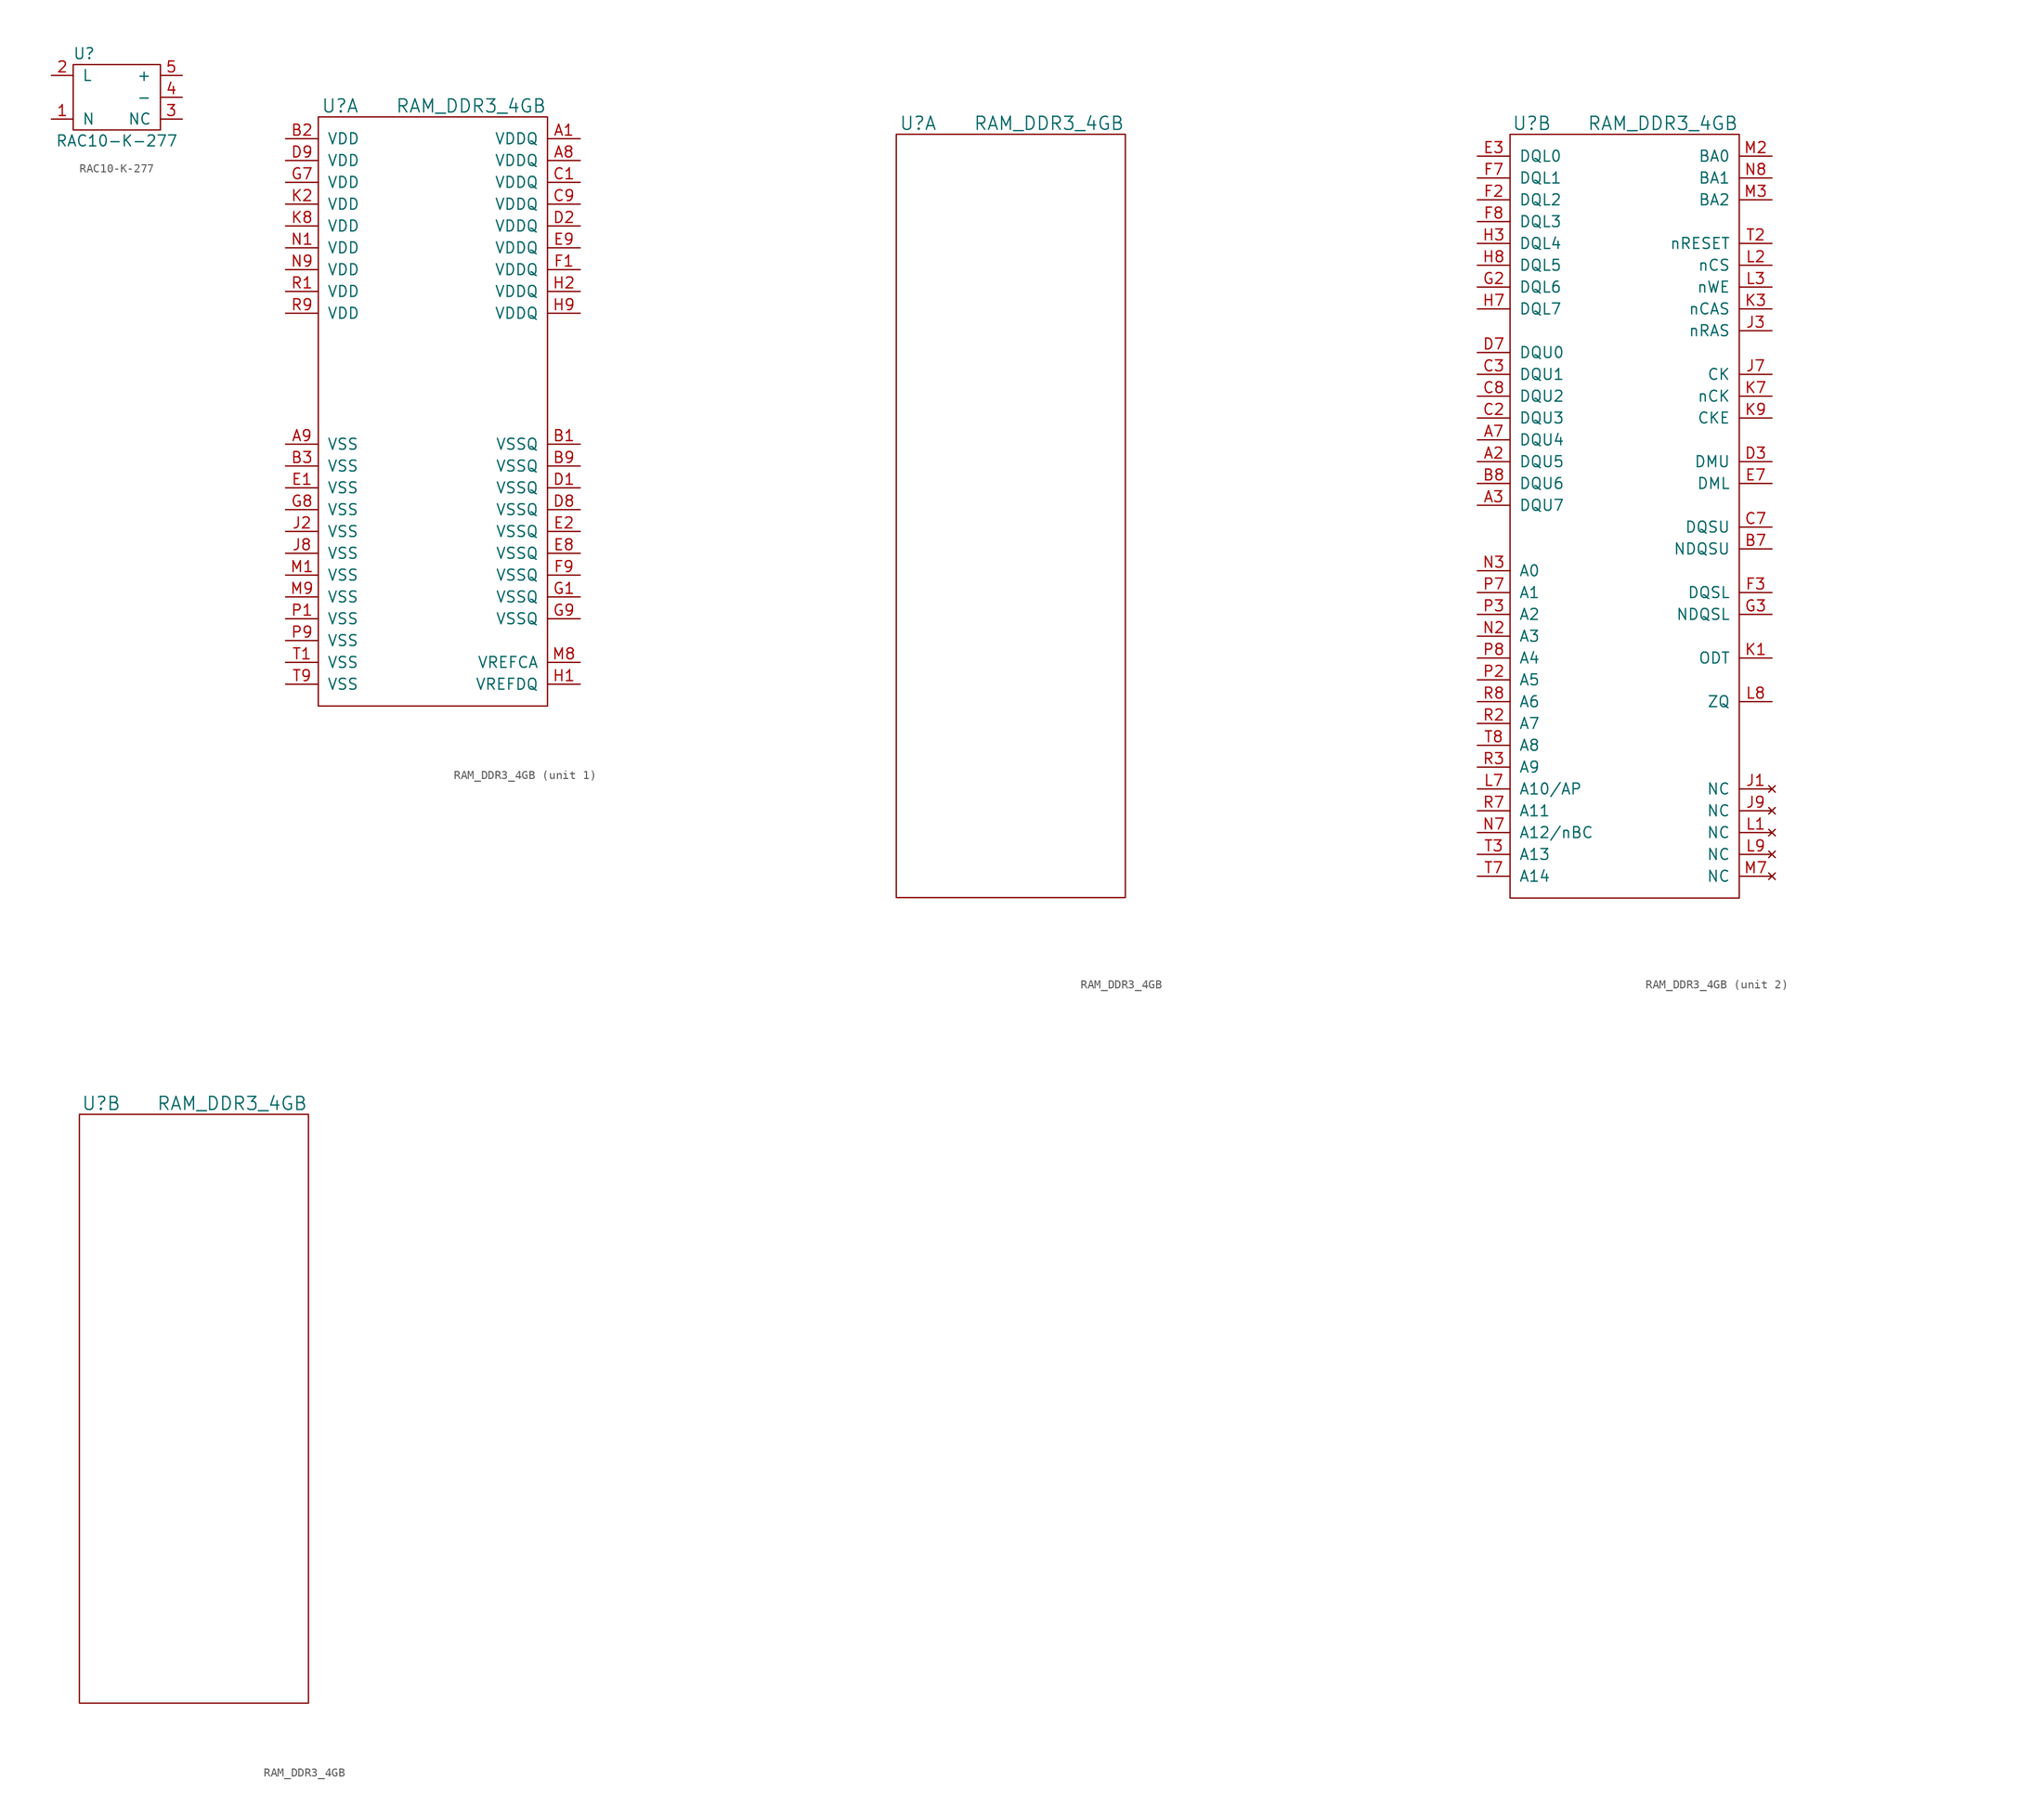
<source format=kicad_sym>
(kicad_symbol_lib
  (version 20211014)
  (generator kicad_symbol_editor)
  (symbol "RAC10-K-277"
    (pin_names
      (offset 1.016))
    (property "Reference" "U"
      (at -3.81 5.08 0)
      (effects (font (size 1.27 1.27))))
    (property "Value" "RAC10-K-277"
      (at 0 -5.08 0)
      (effects (font (size 1.27 1.27))))
    (symbol "RAC10-K-277_0_1"
      (rectangle (start -5.08 3.81) (end 5.08 -3.81) (stroke (width 0) (type default) (color 0 0 0 0)) (fill (type none))))
    (symbol "RAC10-K-277_1_1"
      (pin passive line (at -7.62 -2.54 0) (length 2.54) (name "N" (effects (font (size 1.27 1.27)))) (number "1" (effects (font (size 1.27 1.27)))))
      (pin passive line (at -7.62 2.54 0) (length 2.54) (name "L" (effects (font (size 1.27 1.27)))) (number "2" (effects (font (size 1.27 1.27)))))
      (pin passive line (at 7.62 -2.54 180) (length 2.54) (name "NC" (effects (font (size 1.27 1.27)))) (number "3" (effects (font (size 1.27 1.27)))))
      (pin passive line (at 7.62 0 180) (length 2.54) (name "-" (effects (font (size 1.27 1.27)))) (number "4" (effects (font (size 1.27 1.27)))))
      (pin passive line (at 7.62 2.54 180) (length 2.54) (name "+" (effects (font (size 1.27 1.27)))) (number "5" (effects (font (size 1.27 1.27)))))))
  (symbol "RAM_DDR3_4GB"
    (pin_names
      (offset 1.016))
    (property "Reference" "U"
      (at -11.43 1.27 0)
      (effects (font (size 1.524 1.524))))
    (property "Value" "RAM_DDR3_4GB"
      (at 3.81 1.27 0)
      (effects (font (size 1.524 1.524))))
    (property "Footprint" ""
      (at 38.1 -8.89 0)
      (effects (font (size 1.524 1.524))))
    (property "Datasheet" ""
      (at 38.1 -8.89 0)
      (effects (font (size 1.524 1.524))))
    (symbol "RAM_DDR3_4GB_1_1"
      (rectangle (start -13.97 0) (end 12.7 -68.58) (stroke (width 0) (type default) (color 0 0 0 0)) (fill (type none)))
      (pin power_in line (at 16.51 -2.54 180) (length 3.81) (name "VDDQ" (effects (font (size 1.27 1.27)))) (number "A1" (effects (font (size 1.27 1.27)))))
      (pin power_in line (at 16.51 -5.08 180) (length 3.81) (name "VDDQ" (effects (font (size 1.27 1.27)))) (number "A8" (effects (font (size 1.27 1.27)))))
      (pin passive line (at -17.78 -38.1 0) (length 3.81) (name "VSS" (effects (font (size 1.27 1.27)))) (number "A9" (effects (font (size 1.27 1.27)))))
      (pin passive line (at 16.51 -38.1 180) (length 3.81) (name "VSSQ" (effects (font (size 1.27 1.27)))) (number "B1" (effects (font (size 1.27 1.27)))))
      (pin power_in line (at -17.78 -2.54 0) (length 3.81) (name "VDD" (effects (font (size 1.27 1.27)))) (number "B2" (effects (font (size 1.27 1.27)))))
      (pin passive line (at -17.78 -40.64 0) (length 3.81) (name "VSS" (effects (font (size 1.27 1.27)))) (number "B3" (effects (font (size 1.27 1.27)))))
      (pin passive line (at 16.51 -40.64 180) (length 3.81) (name "VSSQ" (effects (font (size 1.27 1.27)))) (number "B9" (effects (font (size 1.27 1.27)))))
      (pin power_in line (at 16.51 -7.62 180) (length 3.81) (name "VDDQ" (effects (font (size 1.27 1.27)))) (number "C1" (effects (font (size 1.27 1.27)))))
      (pin power_in line (at 16.51 -10.16 180) (length 3.81) (name "VDDQ" (effects (font (size 1.27 1.27)))) (number "C9" (effects (font (size 1.27 1.27)))))
      (pin passive line (at 16.51 -43.18 180) (length 3.81) (name "VSSQ" (effects (font (size 1.27 1.27)))) (number "D1" (effects (font (size 1.27 1.27)))))
      (pin power_in line (at 16.51 -12.7 180) (length 3.81) (name "VDDQ" (effects (font (size 1.27 1.27)))) (number "D2" (effects (font (size 1.27 1.27)))))
      (pin passive line (at 16.51 -45.72 180) (length 3.81) (name "VSSQ" (effects (font (size 1.27 1.27)))) (number "D8" (effects (font (size 1.27 1.27)))))
      (pin power_in line (at -17.78 -5.08 0) (length 3.81) (name "VDD" (effects (font (size 1.27 1.27)))) (number "D9" (effects (font (size 1.27 1.27)))))
      (pin passive line (at -17.78 -43.18 0) (length 3.81) (name "VSS" (effects (font (size 1.27 1.27)))) (number "E1" (effects (font (size 1.27 1.27)))))
      (pin passive line (at 16.51 -48.26 180) (length 3.81) (name "VSSQ" (effects (font (size 1.27 1.27)))) (number "E2" (effects (font (size 1.27 1.27)))))
      (pin power_out line (at 16.51 -50.8 180) (length 3.81) (name "VSSQ" (effects (font (size 1.27 1.27)))) (number "E8" (effects (font (size 1.27 1.27)))))
      (pin power_in line (at 16.51 -15.24 180) (length 3.81) (name "VDDQ" (effects (font (size 1.27 1.27)))) (number "E9" (effects (font (size 1.27 1.27)))))
      (pin power_in line (at 16.51 -17.78 180) (length 3.81) (name "VDDQ" (effects (font (size 1.27 1.27)))) (number "F1" (effects (font (size 1.27 1.27)))))
      (pin passive line (at 16.51 -53.34 180) (length 3.81) (name "VSSQ" (effects (font (size 1.27 1.27)))) (number "F9" (effects (font (size 1.27 1.27)))))
      (pin passive line (at 16.51 -55.88 180) (length 3.81) (name "VSSQ" (effects (font (size 1.27 1.27)))) (number "G1" (effects (font (size 1.27 1.27)))))
      (pin power_in line (at -17.78 -7.62 0) (length 3.81) (name "VDD" (effects (font (size 1.27 1.27)))) (number "G7" (effects (font (size 1.27 1.27)))))
      (pin passive line (at -17.78 -45.72 0) (length 3.81) (name "VSS" (effects (font (size 1.27 1.27)))) (number "G8" (effects (font (size 1.27 1.27)))))
      (pin passive line (at 16.51 -58.42 180) (length 3.81) (name "VSSQ" (effects (font (size 1.27 1.27)))) (number "G9" (effects (font (size 1.27 1.27)))))
      (pin passive line (at 16.51 -66.04 180) (length 3.81) (name "VREFDQ" (effects (font (size 1.27 1.27)))) (number "H1" (effects (font (size 1.27 1.27)))))
      (pin power_in line (at 16.51 -20.32 180) (length 3.81) (name "VDDQ" (effects (font (size 1.27 1.27)))) (number "H2" (effects (font (size 1.27 1.27)))))
      (pin power_in line (at 16.51 -22.86 180) (length 3.81) (name "VDDQ" (effects (font (size 1.27 1.27)))) (number "H9" (effects (font (size 1.27 1.27)))))
      (pin passive line (at -17.78 -48.26 0) (length 3.81) (name "VSS" (effects (font (size 1.27 1.27)))) (number "J2" (effects (font (size 1.27 1.27)))))
      (pin passive line (at -17.78 -50.8 0) (length 3.81) (name "VSS" (effects (font (size 1.27 1.27)))) (number "J8" (effects (font (size 1.27 1.27)))))
      (pin power_in line (at -17.78 -10.16 0) (length 3.81) (name "VDD" (effects (font (size 1.27 1.27)))) (number "K2" (effects (font (size 1.27 1.27)))))
      (pin power_in line (at -17.78 -12.7 0) (length 3.81) (name "VDD" (effects (font (size 1.27 1.27)))) (number "K8" (effects (font (size 1.27 1.27)))))
      (pin passive line (at -17.78 -53.34 0) (length 3.81) (name "VSS" (effects (font (size 1.27 1.27)))) (number "M1" (effects (font (size 1.27 1.27)))))
      (pin passive line (at 16.51 -63.5 180) (length 3.81) (name "VREFCA" (effects (font (size 1.27 1.27)))) (number "M8" (effects (font (size 1.27 1.27)))))
      (pin passive line (at -17.78 -55.88 0) (length 3.81) (name "VSS" (effects (font (size 1.27 1.27)))) (number "M9" (effects (font (size 1.27 1.27)))))
      (pin power_in line (at -17.78 -15.24 0) (length 3.81) (name "VDD" (effects (font (size 1.27 1.27)))) (number "N1" (effects (font (size 1.27 1.27)))))
      (pin power_in line (at -17.78 -17.78 0) (length 3.81) (name "VDD" (effects (font (size 1.27 1.27)))) (number "N9" (effects (font (size 1.27 1.27)))))
      (pin passive line (at -17.78 -58.42 0) (length 3.81) (name "VSS" (effects (font (size 1.27 1.27)))) (number "P1" (effects (font (size 1.27 1.27)))))
      (pin passive line (at -17.78 -60.96 0) (length 3.81) (name "VSS" (effects (font (size 1.27 1.27)))) (number "P9" (effects (font (size 1.27 1.27)))))
      (pin power_in line (at -17.78 -20.32 0) (length 3.81) (name "VDD" (effects (font (size 1.27 1.27)))) (number "R1" (effects (font (size 1.27 1.27)))))
      (pin power_in line (at -17.78 -22.86 0) (length 3.81) (name "VDD" (effects (font (size 1.27 1.27)))) (number "R9" (effects (font (size 1.27 1.27)))))
      (pin passive line (at -17.78 -63.5 0) (length 3.81) (name "VSS" (effects (font (size 1.27 1.27)))) (number "T1" (effects (font (size 1.27 1.27)))))
      (pin passive line (at -17.78 -66.04 0) (length 3.81) (name "VSS" (effects (font (size 1.27 1.27)))) (number "T9" (effects (font (size 1.27 1.27))))))
    (symbol "RAM_DDR3_4GB_1_2"
      (rectangle (start -13.97 0) (end 12.7 -88.9) (stroke (width 0) (type default) (color 0 0 0 0)) (fill (type none))))
    (symbol "RAM_DDR3_4GB_2_1"
      (rectangle (start -13.97 0) (end 12.7 -88.9) (stroke (width 0) (type default) (color 0 0 0 0)) (fill (type none)))
      (pin passive line (at -17.78 -38.1 0) (length 3.81) (name "DQU5" (effects (font (size 1.27 1.27)))) (number "A2" (effects (font (size 1.27 1.27)))))
      (pin passive line (at -17.78 -43.18 0) (length 3.81) (name "DQU7" (effects (font (size 1.27 1.27)))) (number "A3" (effects (font (size 1.27 1.27)))))
      (pin passive line (at -17.78 -35.56 0) (length 3.81) (name "DQU4" (effects (font (size 1.27 1.27)))) (number "A7" (effects (font (size 1.27 1.27)))))
      (pin passive line (at 16.51 -48.26 180) (length 3.81) (name "NDQSU" (effects (font (size 1.27 1.27)))) (number "B7" (effects (font (size 1.27 1.27)))))
      (pin passive line (at -17.78 -40.64 0) (length 3.81) (name "DQU6" (effects (font (size 1.27 1.27)))) (number "B8" (effects (font (size 1.27 1.27)))))
      (pin passive line (at -17.78 -33.02 0) (length 3.81) (name "DQU3" (effects (font (size 1.27 1.27)))) (number "C2" (effects (font (size 1.27 1.27)))))
      (pin passive line (at -17.78 -27.94 0) (length 3.81) (name "DQU1" (effects (font (size 1.27 1.27)))) (number "C3" (effects (font (size 1.27 1.27)))))
      (pin passive line (at 16.51 -45.72 180) (length 3.81) (name "DQSU" (effects (font (size 1.27 1.27)))) (number "C7" (effects (font (size 1.27 1.27)))))
      (pin passive line (at -17.78 -30.48 0) (length 3.81) (name "DQU2" (effects (font (size 1.27 1.27)))) (number "C8" (effects (font (size 1.27 1.27)))))
      (pin passive line (at 16.51 -38.1 180) (length 3.81) (name "DMU" (effects (font (size 1.27 1.27)))) (number "D3" (effects (font (size 1.27 1.27)))))
      (pin passive line (at -17.78 -25.4 0) (length 3.81) (name "DQU0" (effects (font (size 1.27 1.27)))) (number "D7" (effects (font (size 1.27 1.27)))))
      (pin passive line (at -17.78 -2.54 0) (length 3.81) (name "DQL0" (effects (font (size 1.27 1.27)))) (number "E3" (effects (font (size 1.27 1.27)))))
      (pin passive line (at 16.51 -40.64 180) (length 3.81) (name "DML" (effects (font (size 1.27 1.27)))) (number "E7" (effects (font (size 1.27 1.27)))))
      (pin passive line (at -17.78 -7.62 0) (length 3.81) (name "DQL2" (effects (font (size 1.27 1.27)))) (number "F2" (effects (font (size 1.27 1.27)))))
      (pin passive line (at 16.51 -53.34 180) (length 3.81) (name "DQSL" (effects (font (size 1.27 1.27)))) (number "F3" (effects (font (size 1.27 1.27)))))
      (pin passive line (at -17.78 -5.08 0) (length 3.81) (name "DQL1" (effects (font (size 1.27 1.27)))) (number "F7" (effects (font (size 1.27 1.27)))))
      (pin passive line (at -17.78 -10.16 0) (length 3.81) (name "DQL3" (effects (font (size 1.27 1.27)))) (number "F8" (effects (font (size 1.27 1.27)))))
      (pin passive line (at -17.78 -17.78 0) (length 3.81) (name "DQL6" (effects (font (size 1.27 1.27)))) (number "G2" (effects (font (size 1.27 1.27)))))
      (pin passive line (at 16.51 -55.88 180) (length 3.81) (name "NDQSL" (effects (font (size 1.27 1.27)))) (number "G3" (effects (font (size 1.27 1.27)))))
      (pin passive line (at -17.78 -12.7 0) (length 3.81) (name "DQL4" (effects (font (size 1.27 1.27)))) (number "H3" (effects (font (size 1.27 1.27)))))
      (pin passive line (at -17.78 -20.32 0) (length 3.81) (name "DQL7" (effects (font (size 1.27 1.27)))) (number "H7" (effects (font (size 1.27 1.27)))))
      (pin passive line (at -17.78 -15.24 0) (length 3.81) (name "DQL5" (effects (font (size 1.27 1.27)))) (number "H8" (effects (font (size 1.27 1.27)))))
      (pin no_connect line (at 16.51 -76.2 180) (length 3.81) (name "NC" (effects (font (size 1.27 1.27)))) (number "J1" (effects (font (size 1.27 1.27)))))
      (pin passive line (at 16.51 -22.86 180) (length 3.81) (name "nRAS" (effects (font (size 1.27 1.27)))) (number "J3" (effects (font (size 1.27 1.27)))))
      (pin passive line (at 16.51 -27.94 180) (length 3.81) (name "CK" (effects (font (size 1.27 1.27)))) (number "J7" (effects (font (size 1.27 1.27)))))
      (pin no_connect line (at 16.51 -78.74 180) (length 3.81) (name "NC" (effects (font (size 1.27 1.27)))) (number "J9" (effects (font (size 1.27 1.27)))))
      (pin passive line (at 16.51 -60.96 180) (length 3.81) (name "ODT" (effects (font (size 1.27 1.27)))) (number "K1" (effects (font (size 1.27 1.27)))))
      (pin passive line (at 16.51 -20.32 180) (length 3.81) (name "nCAS" (effects (font (size 1.27 1.27)))) (number "K3" (effects (font (size 1.27 1.27)))))
      (pin passive line (at 16.51 -30.48 180) (length 3.81) (name "nCK" (effects (font (size 1.27 1.27)))) (number "K7" (effects (font (size 1.27 1.27)))))
      (pin passive line (at 16.51 -33.02 180) (length 3.81) (name "CKE" (effects (font (size 1.27 1.27)))) (number "K9" (effects (font (size 1.27 1.27)))))
      (pin no_connect line (at 16.51 -81.28 180) (length 3.81) (name "NC" (effects (font (size 1.27 1.27)))) (number "L1" (effects (font (size 1.27 1.27)))))
      (pin passive line (at 16.51 -15.24 180) (length 3.81) (name "nCS" (effects (font (size 1.27 1.27)))) (number "L2" (effects (font (size 1.27 1.27)))))
      (pin passive line (at 16.51 -17.78 180) (length 3.81) (name "nWE" (effects (font (size 1.27 1.27)))) (number "L3" (effects (font (size 1.27 1.27)))))
      (pin passive line (at -17.78 -76.2 0) (length 3.81) (name "A10/AP" (effects (font (size 1.27 1.27)))) (number "L7" (effects (font (size 1.27 1.27)))))
      (pin passive line (at 16.51 -66.04 180) (length 3.81) (name "ZQ" (effects (font (size 1.27 1.27)))) (number "L8" (effects (font (size 1.27 1.27)))))
      (pin no_connect line (at 16.51 -83.82 180) (length 3.81) (name "NC" (effects (font (size 1.27 1.27)))) (number "L9" (effects (font (size 1.27 1.27)))))
      (pin passive line (at 16.51 -2.54 180) (length 3.81) (name "BA0" (effects (font (size 1.27 1.27)))) (number "M2" (effects (font (size 1.27 1.27)))))
      (pin passive line (at 16.51 -7.62 180) (length 3.81) (name "BA2" (effects (font (size 1.27 1.27)))) (number "M3" (effects (font (size 1.27 1.27)))))
      (pin no_connect line (at 16.51 -86.36 180) (length 3.81) (name "NC" (effects (font (size 1.27 1.27)))) (number "M7" (effects (font (size 1.27 1.27)))))
      (pin passive line (at -17.78 -58.42 0) (length 3.81) (name "A3" (effects (font (size 1.27 1.27)))) (number "N2" (effects (font (size 1.27 1.27)))))
      (pin passive line (at -17.78 -50.8 0) (length 3.81) (name "A0" (effects (font (size 1.27 1.27)))) (number "N3" (effects (font (size 1.27 1.27)))))
      (pin passive line (at -17.78 -81.28 0) (length 3.81) (name "A12/nBC" (effects (font (size 1.27 1.27)))) (number "N7" (effects (font (size 1.27 1.27)))))
      (pin passive line (at 16.51 -5.08 180) (length 3.81) (name "BA1" (effects (font (size 1.27 1.27)))) (number "N8" (effects (font (size 1.27 1.27)))))
      (pin passive line (at -17.78 -63.5 0) (length 3.81) (name "A5" (effects (font (size 1.27 1.27)))) (number "P2" (effects (font (size 1.27 1.27)))))
      (pin passive line (at -17.78 -55.88 0) (length 3.81) (name "A2" (effects (font (size 1.27 1.27)))) (number "P3" (effects (font (size 1.27 1.27)))))
      (pin passive line (at -17.78 -53.34 0) (length 3.81) (name "A1" (effects (font (size 1.27 1.27)))) (number "P7" (effects (font (size 1.27 1.27)))))
      (pin passive line (at -17.78 -60.96 0) (length 3.81) (name "A4" (effects (font (size 1.27 1.27)))) (number "P8" (effects (font (size 1.27 1.27)))))
      (pin passive line (at -17.78 -68.58 0) (length 3.81) (name "A7" (effects (font (size 1.27 1.27)))) (number "R2" (effects (font (size 1.27 1.27)))))
      (pin passive line (at -17.78 -73.66 0) (length 3.81) (name "A9" (effects (font (size 1.27 1.27)))) (number "R3" (effects (font (size 1.27 1.27)))))
      (pin passive line (at -17.78 -78.74 0) (length 3.81) (name "A11" (effects (font (size 1.27 1.27)))) (number "R7" (effects (font (size 1.27 1.27)))))
      (pin passive line (at -17.78 -66.04 0) (length 3.81) (name "A6" (effects (font (size 1.27 1.27)))) (number "R8" (effects (font (size 1.27 1.27)))))
      (pin passive line (at 16.51 -12.7 180) (length 3.81) (name "nRESET" (effects (font (size 1.27 1.27)))) (number "T2" (effects (font (size 1.27 1.27)))))
      (pin passive line (at -17.78 -83.82 0) (length 3.81) (name "A13" (effects (font (size 1.27 1.27)))) (number "T3" (effects (font (size 1.27 1.27)))))
      (pin passive line (at -17.78 -86.36 0) (length 3.81) (name "A14" (effects (font (size 1.27 1.27)))) (number "T7" (effects (font (size 1.27 1.27)))))
      (pin passive line (at -17.78 -71.12 0) (length 3.81) (name "A8" (effects (font (size 1.27 1.27)))) (number "T8" (effects (font (size 1.27 1.27))))))
    (symbol "RAM_DDR3_4GB_2_2"
      (rectangle (start -13.97 0) (end 12.7 -68.58) (stroke (width 0) (type default) (color 0 0 0 0)) (fill (type none))))))
</source>
